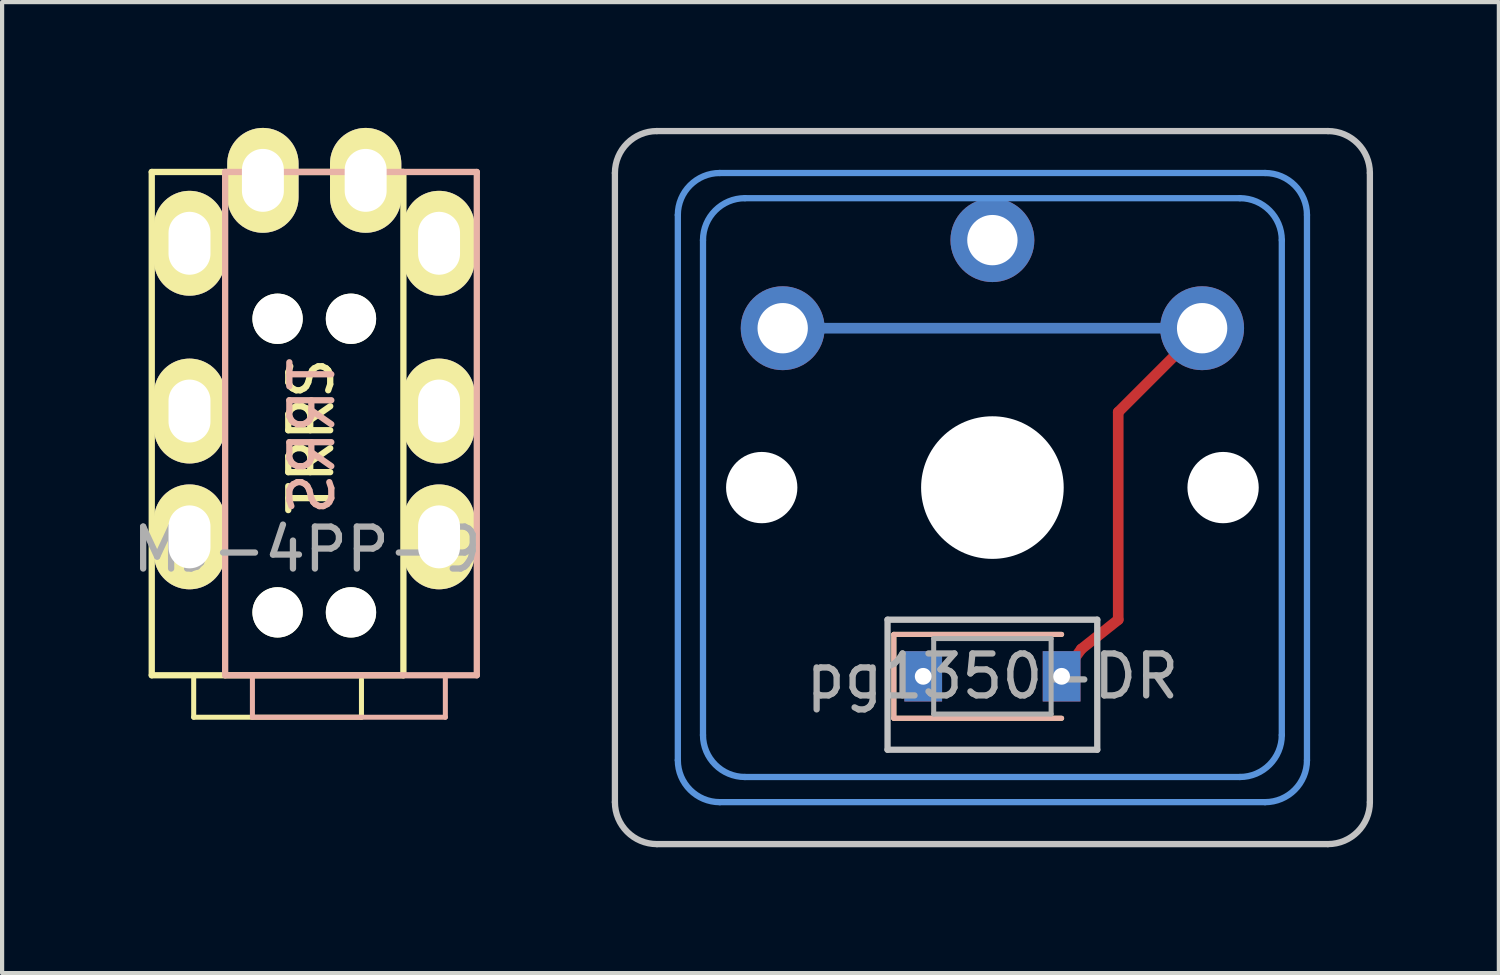
<source format=kicad_pcb>
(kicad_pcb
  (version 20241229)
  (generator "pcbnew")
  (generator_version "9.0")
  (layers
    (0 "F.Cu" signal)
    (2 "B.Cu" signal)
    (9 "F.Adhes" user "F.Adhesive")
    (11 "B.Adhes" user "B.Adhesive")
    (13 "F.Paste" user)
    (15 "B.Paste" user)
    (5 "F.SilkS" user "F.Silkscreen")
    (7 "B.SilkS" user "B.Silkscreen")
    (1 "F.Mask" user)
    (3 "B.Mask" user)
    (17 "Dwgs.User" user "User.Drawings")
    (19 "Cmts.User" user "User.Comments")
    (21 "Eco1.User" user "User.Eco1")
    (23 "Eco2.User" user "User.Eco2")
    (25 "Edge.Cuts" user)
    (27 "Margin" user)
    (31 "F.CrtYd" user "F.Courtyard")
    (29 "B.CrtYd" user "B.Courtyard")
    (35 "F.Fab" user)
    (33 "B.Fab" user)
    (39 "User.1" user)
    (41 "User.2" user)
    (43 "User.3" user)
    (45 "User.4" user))
  (footprint "pg1350-DR"
    (layer "F.Cu")
    (at 20.611 13.075)
    (property "Reference" "pg1350-DR" (at 0 0 0) (layer "F.Fab") (effects (font (size 1 1) (thickness 0.15))))
    (attr through_hole)
    (fp_line (start 1.65 0) (end 2.12 -0.65) (stroke (width 0.254) (type solid)) (layer "F.Cu"))
    (fp_line (start 2.12 -0.65) (end 3 -1.35) (stroke (width 0.254) (type solid)) (layer "F.Cu"))
    (fp_line (start 3 -6.3) (end 3 -1.35) (stroke (width 0.254) (type solid)) (layer "F.Cu"))
    (fp_line (start 3 -6.3) (end 5 -8.3) (stroke (width 0.254) (type solid)) (layer "F.Cu"))
    (fp_line (start -5 -8.3) (end 5 -8.3) (stroke (width 0.254) (type solid)) (layer "B.Cu"))
    (fp_line (start -2.35 -1) (end -2.35 1) (stroke (width 0.12) (type solid)) (layer "F.SilkS"))
    (fp_line (start -2.35 -1) (end 1.65 -1) (stroke (width 0.12) (type solid)) (layer "F.SilkS"))
    (fp_line (start -2.35 1) (end 1.65 1) (stroke (width 0.12) (type solid)) (layer "F.SilkS"))
    (fp_line (start -2.35 -1) (end -2.35 1) (stroke (width 0.12) (type solid)) (layer "B.SilkS"))
    (fp_line (start -2.35 -1) (end 1.65 -1) (stroke (width 0.12) (type solid)) (layer "B.SilkS"))
    (fp_line (start -2.35 1) (end 1.65 1) (stroke (width 0.12) (type solid)) (layer "B.SilkS"))
    (fp_line (start -9 3) (end -9 -12) (stroke (width 0.15) (type solid)) (layer "Dwgs.User"))
    (fp_line (start -8 -13) (end 8 -13) (stroke (width 0.15) (type solid)) (layer "Dwgs.User"))
    (fp_line (start -2.5 -1.35) (end -2.5 1.75) (stroke (width 0.15) (type solid)) (layer "Dwgs.User"))
    (fp_line (start -2.5 1.75) (end 2.5 1.75) (stroke (width 0.15) (type solid)) (layer "Dwgs.User"))
    (fp_line (start 2.5 -1.35) (end -2.5 -1.35) (stroke (width 0.15) (type solid)) (layer "Dwgs.User"))
    (fp_line (start 2.5 1.75) (end 2.5 -1.35) (stroke (width 0.15) (type solid)) (layer "Dwgs.User"))
    (fp_line (start 8 4) (end -8 4) (stroke (width 0.15) (type solid)) (layer "Dwgs.User"))
    (fp_line (start 9 -12) (end 9 3) (stroke (width 0.15) (type solid)) (layer "Dwgs.User"))
    (fp_arc (start -9 -12) (mid -8.707107 -12.707107) (end -8 -13) (stroke (width 0.15) (type solid)) (layer "Dwgs.User"))
    (fp_arc (start -8 4) (mid -8.707107 3.707107) (end -9 3) (stroke (width 0.15) (type solid)) (layer "Dwgs.User"))
    (fp_arc (start 8 -13) (mid 8.707107 -12.707107) (end 9 -12) (stroke (width 0.15) (type solid)) (layer "Dwgs.User"))
    (fp_arc (start 9 3) (mid 8.707107 3.707107) (end 8 4) (stroke (width 0.15) (type solid)) (layer "Dwgs.User"))
    (fp_line (start -7.5 2) (end -7.5 -11) (stroke (width 0.15) (type solid)) (layer "Cmts.User"))
    (fp_line (start -6.9 1.4) (end -6.9 -10.4) (stroke (width 0.15) (type solid)) (layer "Cmts.User"))
    (fp_line (start -6.5 -12) (end 6.5 -12) (stroke (width 0.15) (type solid)) (layer "Cmts.User"))
    (fp_line (start -5.9 -11.4) (end 5.9 -11.4) (stroke (width 0.15) (type solid)) (layer "Cmts.User"))
    (fp_line (start 5.9 2.4) (end -5.9 2.4) (stroke (width 0.15) (type solid)) (layer "Cmts.User"))
    (fp_line (start 6.5 3) (end -6.5 3) (stroke (width 0.15) (type solid)) (layer "Cmts.User"))
    (fp_line (start 6.9 -10.4) (end 6.9 1.4) (stroke (width 0.15) (type solid)) (layer "Cmts.User"))
    (fp_line (start 7.5 -11) (end 7.5 2) (stroke (width 0.15) (type solid)) (layer "Cmts.User"))
    (fp_arc (start -7.5 -11) (mid -7.207107 -11.707107) (end -6.5 -12) (stroke (width 0.15) (type solid)) (layer "Cmts.User"))
    (fp_arc (start -6.9 -10.4) (mid -6.607107 -11.107107) (end -5.9 -11.4) (stroke (width 0.15) (type solid)) (layer "Cmts.User"))
    (fp_arc (start -6.5 3) (mid -7.207107 2.707107) (end -7.5 2) (stroke (width 0.15) (type solid)) (layer "Cmts.User"))
    (fp_arc (start -5.9 2.4) (mid -6.607107 2.107107) (end -6.9 1.4) (stroke (width 0.15) (type solid)) (layer "Cmts.User"))
    (fp_arc (start 5.9 -11.4) (mid 6.607107 -11.107107) (end 6.9 -10.4) (stroke (width 0.15) (type solid)) (layer "Cmts.User"))
    (fp_arc (start 6.5 -12) (mid 7.207107 -11.707107) (end 7.5 -11) (stroke (width 0.15) (type solid)) (layer "Cmts.User"))
    (fp_arc (start 6.9 1.4) (mid 6.607107 2.107107) (end 5.9 2.4) (stroke (width 0.15) (type solid)) (layer "Cmts.User"))
    (fp_arc (start 7.5 2) (mid 7.207107 2.707107) (end 6.5 3) (stroke (width 0.15) (type solid)) (layer "Cmts.User"))
    (fp_line (start -1.4 -0.9) (end -1.4 0.9) (stroke (width 0.12) (type solid)) (layer "F.Fab"))
    (fp_line (start -1.4 0.9) (end 1.4 0.9) (stroke (width 0.12) (type solid)) (layer "F.Fab"))
    (fp_line (start 1.4 -0.9) (end -1.4 -0.9) (stroke (width 0.12) (type solid)) (layer "F.Fab"))
    (fp_line (start 1.4 0.9) (end 1.4 -0.9) (stroke (width 0.12) (type solid)) (layer "F.Fab"))
    (pad "" np_thru_hole circle (at -5.5 -4.5) (size 1.7 1.7) (drill 1.7) (layers "*.Cu" "*.Mask"))
    (pad "" np_thru_hole circle (at 0 -4.5) (size 3.4 3.4) (drill 3.4) (layers "*.Cu" "*.Mask"))
    (pad "" np_thru_hole circle (at 5.5 -4.5) (size 1.7 1.7) (drill 1.7) (layers "*.Cu" "*.Mask"))
    (pad "1" thru_hole circle (at 0 -10.4) (size 2 2) (drill 1.2) (layers "*.Cu" "*.Mask"))
    (pad "2" thru_hole rect (at -1.65 0) (size 0.9 1.2) (drill 0.4) (layers "*.Cu" "*.Mask"))
    (pad "3" thru_hole circle (at -5 -8.3) (size 2 2) (drill 1.2) (layers "*.Cu" "F.Mask"))
    (pad "3" thru_hole rect (at 1.65 0) (size 0.9 1.2) (drill 0.4) (layers "*.Cu" "*.Mask"))
    (pad "3" thru_hole circle (at 5 -8.3) (size 2 2) (drill 1.2) (layers "*.Cu" "B.Mask")))
  (footprint "MJ-4PP-9"
    (layer "F.Cu")
    (at 3.568 1.05)
    (property "Reference" "MJ-4PP-9" (at 0.7 9 180) (layer "F.Fab") (effects (font (size 1 1) (thickness 0.15))))
    (attr through_hole)
    (fp_line (start -3 0) (end 3 0) (stroke (width 0.15) (type solid)) (layer "F.SilkS"))
    (fp_line (start -3 12) (end -3 0) (stroke (width 0.15) (type solid)) (layer "F.SilkS"))
    (fp_line (start -2 12) (end -2 13) (stroke (width 0.12) (type solid)) (layer "F.SilkS"))
    (fp_line (start -2 13) (end 2 13) (stroke (width 0.12) (type solid)) (layer "F.SilkS"))
    (fp_line (start 2 13) (end 2 12.1) (stroke (width 0.12) (type solid)) (layer "F.SilkS"))
    (fp_line (start 3 0) (end 3 12) (stroke (width 0.15) (type solid)) (layer "F.SilkS"))
    (fp_line (start 3 12) (end -3 12) (stroke (width 0.15) (type solid)) (layer "F.SilkS"))
    (fp_line (start -1.25 0) (end 4.75 0) (stroke (width 0.15) (type solid)) (layer "B.SilkS"))
    (fp_line (start -1.25 12) (end -1.25 0) (stroke (width 0.15) (type solid)) (layer "B.SilkS"))
    (fp_line (start -0.6 13) (end -0.6 12) (stroke (width 0.12) (type solid)) (layer "B.SilkS"))
    (fp_line (start 4 12) (end 4 13) (stroke (width 0.12) (type solid)) (layer "B.SilkS"))
    (fp_line (start 4 13) (end -0.6 13) (stroke (width 0.12) (type solid)) (layer "B.SilkS"))
    (fp_line (start 4.75 0) (end 4.75 12) (stroke (width 0.15) (type solid)) (layer "B.SilkS"))
    (fp_line (start 4.75 12) (end -1.25 12) (stroke (width 0.15) (type solid)) (layer "B.SilkS"))
    (fp_text user "TRRS" (at 0.8 6.3 270) (layer "F.SilkS") (effects (font (size 1 1) (thickness 0.15))))
    (fp_text user "TRRS" (at 0.826 6.3 270) (layer "B.SilkS") (effects (font (size 1 1) (thickness 0.15)) (justify mirror)))
    (pad "" np_thru_hole circle (at 0 3.5 180) (size 1.2 1.2) (drill 1.2) (layers "*.Cu" "*.Mask" "F.SilkS"))
    (pad "" np_thru_hole circle (at 0 10.5 180) (size 1.2 1.2) (drill 1.2) (layers "*.Cu" "*.Mask" "F.SilkS"))
    (pad "" np_thru_hole circle (at 1.75 3.5 180) (size 1.2 1.2) (drill 1.2) (layers "*.Cu" "*.Mask" "F.SilkS"))
    (pad "" np_thru_hole circle (at 1.75 10.5 180) (size 1.2 1.2) (drill 1.2) (layers "*.Cu" "*.Mask" "F.SilkS"))
    (pad "R1" thru_hole oval (at -2.1 5.7 180) (size 1.7 2.5) (drill oval 1 1.5) (layers "*.Cu" "*.Mask" "F.SilkS"))
    (pad "R1" thru_hole oval (at 3.85 5.7 180) (size 1.7 2.5) (drill oval 1 1.5) (layers "*.Cu" "*.Mask" "F.SilkS"))
    (pad "R2" thru_hole oval (at -2.1 8.7 180) (size 1.7 2.5) (drill oval 1 1.5) (layers "*.Cu" "*.Mask" "F.SilkS"))
    (pad "R2" thru_hole oval (at 3.85 8.7 180) (size 1.7 2.5) (drill oval 1 1.5) (layers "*.Cu" "*.Mask" "F.SilkS"))
    (pad "S" thru_hole oval (at -0.35 0.2 180) (size 1.7 2.5) (drill oval 1 1.5) (layers "*.Cu" "*.Mask" "F.SilkS"))
    (pad "S" thru_hole oval (at 2.1 0.2 180) (size 1.7 2.5) (drill oval 1 1.5) (layers "*.Cu" "*.Mask" "F.SilkS"))
    (pad "T" thru_hole oval (at -2.1 1.7 180) (size 1.7 2.5) (drill oval 1 1.5) (layers "*.Cu" "*.Mask" "F.SilkS"))
    (pad "T" thru_hole oval (at 3.85 1.7 180) (size 1.7 2.5) (drill oval 1 1.5) (layers "*.Cu" "*.Mask" "F.SilkS")))
  (gr_rect
    (start -3 -3)
    (end 32.686 20.15)
    (stroke (width 0.1) (type default))
    (fill no)
    (layer "Edge.Cuts")))
</source>
